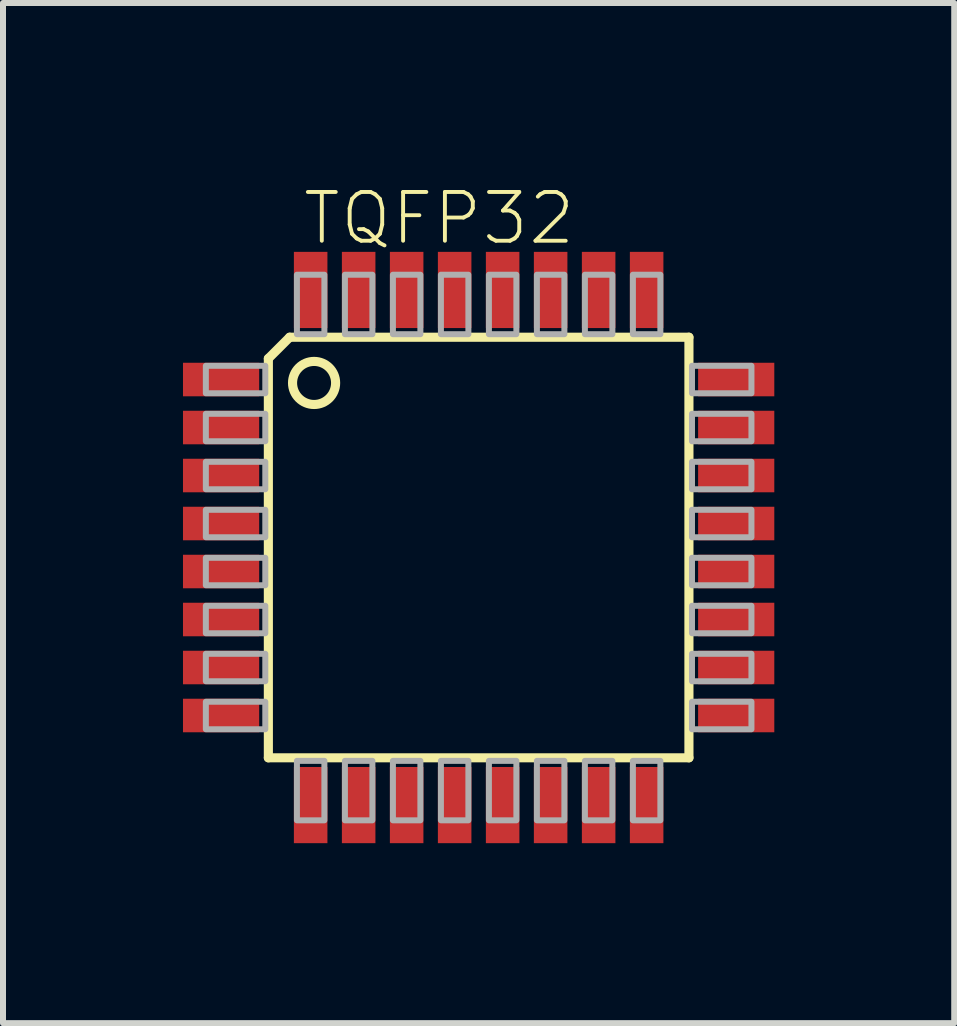
<source format=kicad_pcb>
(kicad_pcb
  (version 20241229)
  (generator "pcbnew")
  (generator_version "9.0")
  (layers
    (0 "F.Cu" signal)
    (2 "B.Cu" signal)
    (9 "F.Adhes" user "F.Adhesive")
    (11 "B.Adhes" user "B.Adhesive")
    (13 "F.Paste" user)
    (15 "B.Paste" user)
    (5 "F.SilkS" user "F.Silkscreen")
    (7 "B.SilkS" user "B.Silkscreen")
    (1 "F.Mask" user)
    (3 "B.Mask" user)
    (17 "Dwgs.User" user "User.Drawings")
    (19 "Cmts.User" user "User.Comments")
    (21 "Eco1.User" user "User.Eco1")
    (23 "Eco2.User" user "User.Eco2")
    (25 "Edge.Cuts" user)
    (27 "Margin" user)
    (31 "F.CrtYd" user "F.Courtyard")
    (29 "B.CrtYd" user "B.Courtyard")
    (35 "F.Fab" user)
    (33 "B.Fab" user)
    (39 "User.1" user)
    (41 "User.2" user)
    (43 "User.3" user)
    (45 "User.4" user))
  (footprint "TQFP32"
    (layer "F.Cu")
    (at 4.928 6.076)
    (property "Reference" "TQFP32" (at -0.659 -5.486 0) (layer "F.SilkS") (effects (font (size 0.813 0.813) (thickness 0.065))))
    (attr through_hole)
    (fp_line (start -3.505 3.505) (end -3.505 -3.15) (stroke (width 0.152) (type solid)) (layer "F.SilkS"))
    (fp_line (start -3.15 -3.505) (end -3.505 -3.15) (stroke (width 0.152) (type solid)) (layer "F.SilkS"))
    (fp_line (start -3.15 -3.505) (end 3.505 -3.505) (stroke (width 0.152) (type solid)) (layer "F.SilkS"))
    (fp_line (start 3.505 -3.505) (end 3.505 3.505) (stroke (width 0.152) (type solid)) (layer "F.SilkS"))
    (fp_line (start 3.505 3.505) (end -3.505 3.505) (stroke (width 0.152) (type solid)) (layer "F.SilkS"))
    (fp_circle (center -2.743 -2.743) (end -2.384 -2.743) (stroke (width 0.152) (type solid)) (fill no) (layer "F.SilkS"))
    (fp_poly (pts (xy -4.547 -3.029) (xy -3.556 -3.029) (xy -3.556 -2.571) (xy -4.547 -2.571)) (stroke (width 0.1) (type solid)) (fill no) (layer "F.Fab"))
    (fp_poly (pts (xy -4.547 -2.229) (xy -3.556 -2.229) (xy -3.556 -1.771) (xy -4.547 -1.771)) (stroke (width 0.1) (type solid)) (fill no) (layer "F.Fab"))
    (fp_poly (pts (xy -4.547 -1.429) (xy -3.556 -1.429) (xy -3.556 -0.971) (xy -4.547 -0.971)) (stroke (width 0.1) (type solid)) (fill no) (layer "F.Fab"))
    (fp_poly (pts (xy -4.547 -0.629) (xy -3.556 -0.629) (xy -3.556 -0.171) (xy -4.547 -0.171)) (stroke (width 0.1) (type solid)) (fill no) (layer "F.Fab"))
    (fp_poly (pts (xy -4.547 0.171) (xy -3.556 0.171) (xy -3.556 0.629) (xy -4.547 0.629)) (stroke (width 0.1) (type solid)) (fill no) (layer "F.Fab"))
    (fp_poly (pts (xy -4.547 0.971) (xy -3.556 0.971) (xy -3.556 1.429) (xy -4.547 1.429)) (stroke (width 0.1) (type solid)) (fill no) (layer "F.Fab"))
    (fp_poly (pts (xy -4.547 1.771) (xy -3.556 1.771) (xy -3.556 2.229) (xy -4.547 2.229)) (stroke (width 0.1) (type solid)) (fill no) (layer "F.Fab"))
    (fp_poly (pts (xy -4.547 2.571) (xy -3.556 2.571) (xy -3.556 3.029) (xy -4.547 3.029)) (stroke (width 0.1) (type solid)) (fill no) (layer "F.Fab"))
    (fp_poly (pts (xy -3.029 -4.547) (xy -2.571 -4.547) (xy -2.571 -3.556) (xy -3.029 -3.556)) (stroke (width 0.1) (type solid)) (fill no) (layer "F.Fab"))
    (fp_poly (pts (xy -3.029 3.556) (xy -2.571 3.556) (xy -2.571 4.547) (xy -3.029 4.547)) (stroke (width 0.1) (type solid)) (fill no) (layer "F.Fab"))
    (fp_poly (pts (xy -2.229 -4.547) (xy -1.771 -4.547) (xy -1.771 -3.556) (xy -2.229 -3.556)) (stroke (width 0.1) (type solid)) (fill no) (layer "F.Fab"))
    (fp_poly (pts (xy -2.229 3.556) (xy -1.771 3.556) (xy -1.771 4.547) (xy -2.229 4.547)) (stroke (width 0.1) (type solid)) (fill no) (layer "F.Fab"))
    (fp_poly (pts (xy -1.429 -4.547) (xy -0.971 -4.547) (xy -0.971 -3.556) (xy -1.429 -3.556)) (stroke (width 0.1) (type solid)) (fill no) (layer "F.Fab"))
    (fp_poly (pts (xy -1.429 3.556) (xy -0.971 3.556) (xy -0.971 4.547) (xy -1.429 4.547)) (stroke (width 0.1) (type solid)) (fill no) (layer "F.Fab"))
    (fp_poly (pts (xy -0.629 -4.547) (xy -0.171 -4.547) (xy -0.171 -3.556) (xy -0.629 -3.556)) (stroke (width 0.1) (type solid)) (fill no) (layer "F.Fab"))
    (fp_poly (pts (xy -0.629 3.556) (xy -0.171 3.556) (xy -0.171 4.547) (xy -0.629 4.547)) (stroke (width 0.1) (type solid)) (fill no) (layer "F.Fab"))
    (fp_poly (pts (xy 0.171 -4.547) (xy 0.629 -4.547) (xy 0.629 -3.556) (xy 0.171 -3.556)) (stroke (width 0.1) (type solid)) (fill no) (layer "F.Fab"))
    (fp_poly (pts (xy 0.171 3.556) (xy 0.629 3.556) (xy 0.629 4.547) (xy 0.171 4.547)) (stroke (width 0.1) (type solid)) (fill no) (layer "F.Fab"))
    (fp_poly (pts (xy 0.971 -4.547) (xy 1.429 -4.547) (xy 1.429 -3.556) (xy 0.971 -3.556)) (stroke (width 0.1) (type solid)) (fill no) (layer "F.Fab"))
    (fp_poly (pts (xy 0.971 3.556) (xy 1.429 3.556) (xy 1.429 4.547) (xy 0.971 4.547)) (stroke (width 0.1) (type solid)) (fill no) (layer "F.Fab"))
    (fp_poly (pts (xy 1.771 -4.547) (xy 2.229 -4.547) (xy 2.229 -3.556) (xy 1.771 -3.556)) (stroke (width 0.1) (type solid)) (fill no) (layer "F.Fab"))
    (fp_poly (pts (xy 1.771 3.556) (xy 2.229 3.556) (xy 2.229 4.547) (xy 1.771 4.547)) (stroke (width 0.1) (type solid)) (fill no) (layer "F.Fab"))
    (fp_poly (pts (xy 2.571 -4.547) (xy 3.029 -4.547) (xy 3.029 -3.556) (xy 2.571 -3.556)) (stroke (width 0.1) (type solid)) (fill no) (layer "F.Fab"))
    (fp_poly (pts (xy 2.571 3.556) (xy 3.029 3.556) (xy 3.029 4.547) (xy 2.571 4.547)) (stroke (width 0.1) (type solid)) (fill no) (layer "F.Fab"))
    (fp_poly (pts (xy 3.556 -3.029) (xy 4.547 -3.029) (xy 4.547 -2.571) (xy 3.556 -2.571)) (stroke (width 0.1) (type solid)) (fill no) (layer "F.Fab"))
    (fp_poly (pts (xy 3.556 -2.229) (xy 4.547 -2.229) (xy 4.547 -1.771) (xy 3.556 -1.771)) (stroke (width 0.1) (type solid)) (fill no) (layer "F.Fab"))
    (fp_poly (pts (xy 3.556 -1.429) (xy 4.547 -1.429) (xy 4.547 -0.971) (xy 3.556 -0.971)) (stroke (width 0.1) (type solid)) (fill no) (layer "F.Fab"))
    (fp_poly (pts (xy 3.556 -0.629) (xy 4.547 -0.629) (xy 4.547 -0.171) (xy 3.556 -0.171)) (stroke (width 0.1) (type solid)) (fill no) (layer "F.Fab"))
    (fp_poly (pts (xy 3.556 0.171) (xy 4.547 0.171) (xy 4.547 0.629) (xy 3.556 0.629)) (stroke (width 0.1) (type solid)) (fill no) (layer "F.Fab"))
    (fp_poly (pts (xy 3.556 0.971) (xy 4.547 0.971) (xy 4.547 1.429) (xy 3.556 1.429)) (stroke (width 0.1) (type solid)) (fill no) (layer "F.Fab"))
    (fp_poly (pts (xy 3.556 1.771) (xy 4.547 1.771) (xy 4.547 2.229) (xy 3.556 2.229)) (stroke (width 0.1) (type solid)) (fill no) (layer "F.Fab"))
    (fp_poly (pts (xy 3.556 2.571) (xy 4.547 2.571) (xy 4.547 3.029) (xy 3.556 3.029)) (stroke (width 0.1) (type solid)) (fill no) (layer "F.Fab"))
    (pad "1" smd rect (at -4.293 -2.8) (size 1.27 0.559) (layers "F.Cu" "F.Mask" "F.Paste"))
    (pad "2" smd rect (at -4.293 -2) (size 1.27 0.559) (layers "F.Cu" "F.Mask" "F.Paste"))
    (pad "3" smd rect (at -4.293 -1.2) (size 1.27 0.559) (layers "F.Cu" "F.Mask" "F.Paste"))
    (pad "4" smd rect (at -4.293 -0.4) (size 1.27 0.559) (layers "F.Cu" "F.Mask" "F.Paste"))
    (pad "5" smd rect (at -4.293 0.4) (size 1.27 0.559) (layers "F.Cu" "F.Mask" "F.Paste"))
    (pad "6" smd rect (at -4.293 1.2) (size 1.27 0.559) (layers "F.Cu" "F.Mask" "F.Paste"))
    (pad "7" smd rect (at -4.293 2) (size 1.27 0.559) (layers "F.Cu" "F.Mask" "F.Paste"))
    (pad "8" smd rect (at -4.293 2.8) (size 1.27 0.559) (layers "F.Cu" "F.Mask" "F.Paste"))
    (pad "9" smd rect (at -2.8 4.293) (size 0.559 1.27) (layers "F.Cu" "F.Mask" "F.Paste"))
    (pad "10" smd rect (at -2 4.293) (size 0.559 1.27) (layers "F.Cu" "F.Mask" "F.Paste"))
    (pad "11" smd rect (at -1.2 4.293) (size 0.559 1.27) (layers "F.Cu" "F.Mask" "F.Paste"))
    (pad "12" smd rect (at -0.4 4.293) (size 0.559 1.27) (layers "F.Cu" "F.Mask" "F.Paste"))
    (pad "13" smd rect (at 0.4 4.293) (size 0.559 1.27) (layers "F.Cu" "F.Mask" "F.Paste"))
    (pad "14" smd rect (at 1.2 4.293) (size 0.559 1.27) (layers "F.Cu" "F.Mask" "F.Paste"))
    (pad "15" smd rect (at 2 4.293) (size 0.559 1.27) (layers "F.Cu" "F.Mask" "F.Paste"))
    (pad "16" smd rect (at 2.8 4.293) (size 0.559 1.27) (layers "F.Cu" "F.Mask" "F.Paste"))
    (pad "17" smd rect (at 4.293 2.8) (size 1.27 0.559) (layers "F.Cu" "F.Mask" "F.Paste"))
    (pad "18" smd rect (at 4.293 2) (size 1.27 0.559) (layers "F.Cu" "F.Mask" "F.Paste"))
    (pad "19" smd rect (at 4.293 1.2) (size 1.27 0.559) (layers "F.Cu" "F.Mask" "F.Paste"))
    (pad "20" smd rect (at 4.293 0.4) (size 1.27 0.559) (layers "F.Cu" "F.Mask" "F.Paste"))
    (pad "21" smd rect (at 4.293 -0.4) (size 1.27 0.559) (layers "F.Cu" "F.Mask" "F.Paste"))
    (pad "22" smd rect (at 4.293 -1.2) (size 1.27 0.559) (layers "F.Cu" "F.Mask" "F.Paste"))
    (pad "23" smd rect (at 4.293 -2) (size 1.27 0.559) (layers "F.Cu" "F.Mask" "F.Paste"))
    (pad "24" smd rect (at 4.293 -2.8) (size 1.27 0.559) (layers "F.Cu" "F.Mask" "F.Paste"))
    (pad "25" smd rect (at 2.8 -4.293) (size 0.559 1.27) (layers "F.Cu" "F.Mask" "F.Paste"))
    (pad "26" smd rect (at 2 -4.293) (size 0.559 1.27) (layers "F.Cu" "F.Mask" "F.Paste"))
    (pad "27" smd rect (at 1.2 -4.293) (size 0.559 1.27) (layers "F.Cu" "F.Mask" "F.Paste"))
    (pad "28" smd rect (at 0.4 -4.293) (size 0.559 1.27) (layers "F.Cu" "F.Mask" "F.Paste"))
    (pad "29" smd rect (at -0.4 -4.293) (size 0.559 1.27) (layers "F.Cu" "F.Mask" "F.Paste"))
    (pad "30" smd rect (at -1.2 -4.293) (size 0.559 1.27) (layers "F.Cu" "F.Mask" "F.Paste"))
    (pad "31" smd rect (at -2 -4.293) (size 0.559 1.27) (layers "F.Cu" "F.Mask" "F.Paste"))
    (pad "32" smd rect (at -2.8 -4.293) (size 0.559 1.27) (layers "F.Cu" "F.Mask" "F.Paste")))
  (gr_rect
    (start -3 -3)
    (end 12.855 14.004)
    (stroke (width 0.1) (type default))
    (fill no)
    (layer "Edge.Cuts")))
</source>
